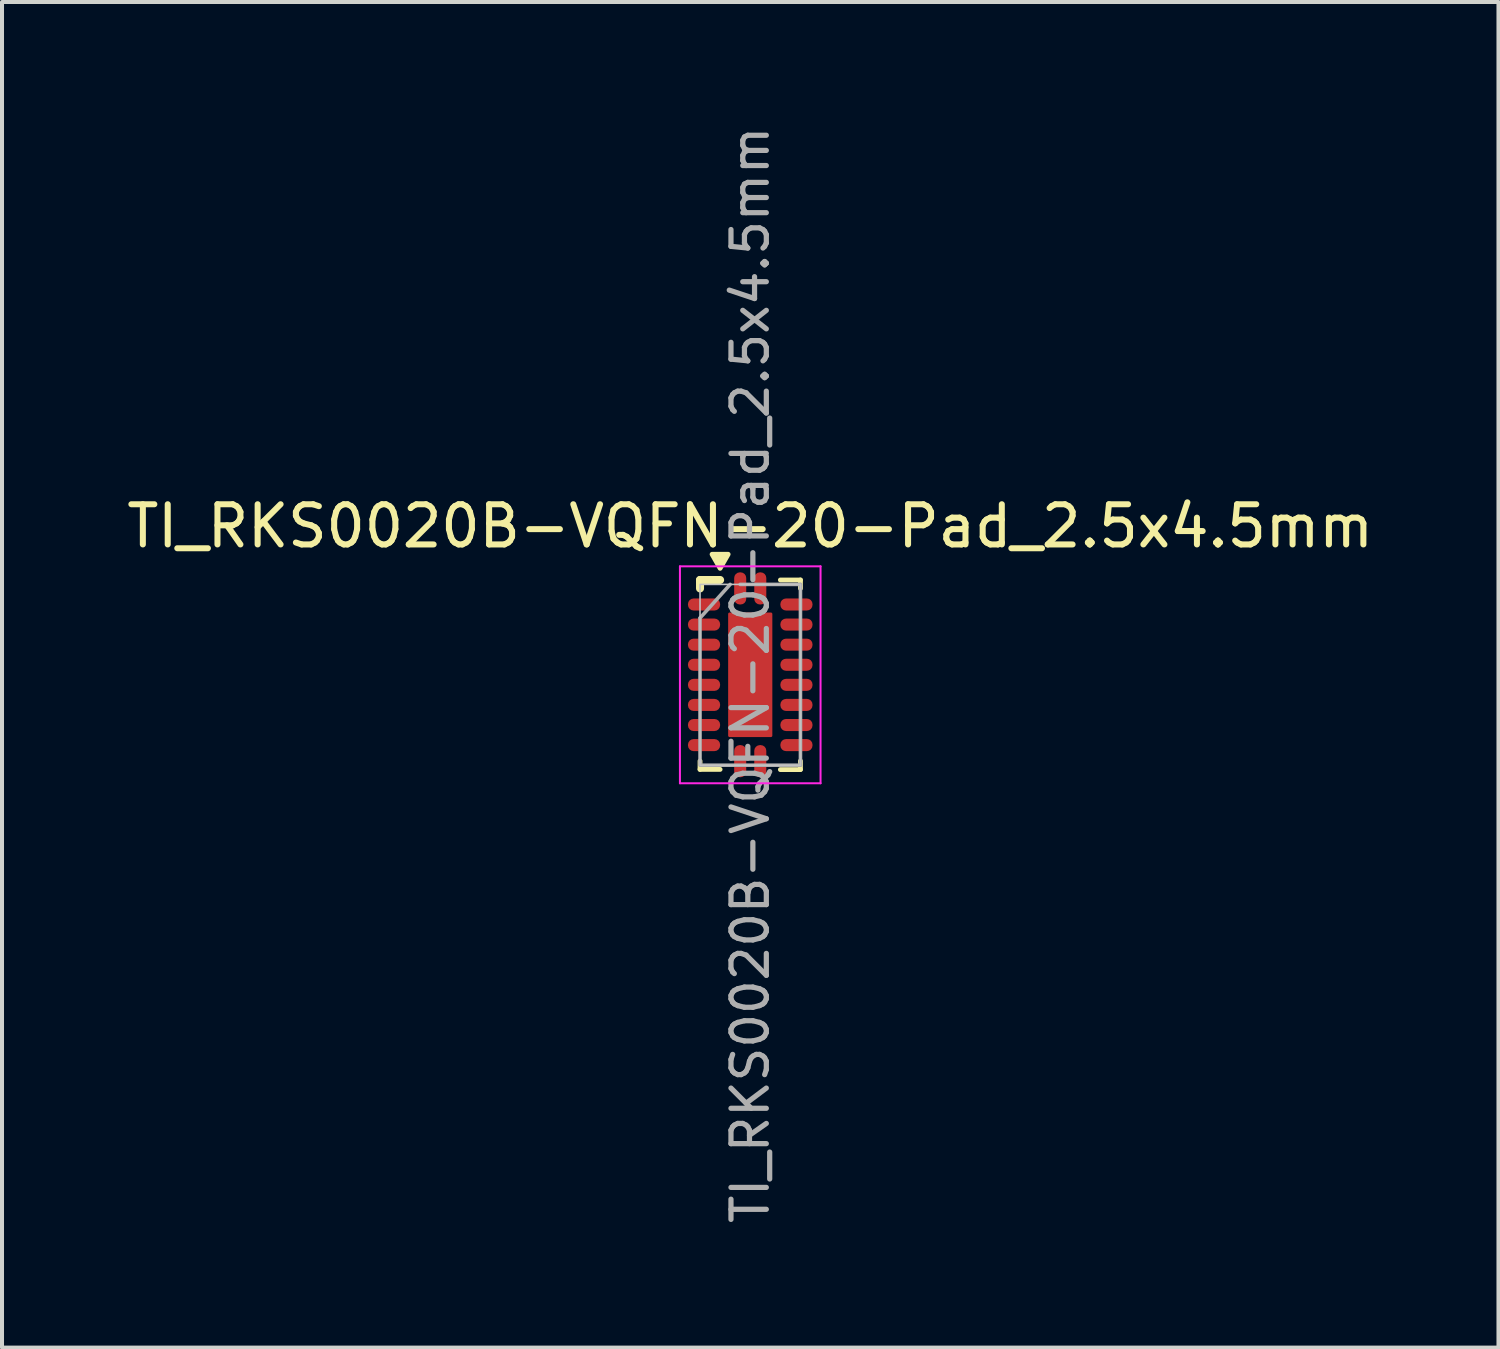
<source format=kicad_pcb>
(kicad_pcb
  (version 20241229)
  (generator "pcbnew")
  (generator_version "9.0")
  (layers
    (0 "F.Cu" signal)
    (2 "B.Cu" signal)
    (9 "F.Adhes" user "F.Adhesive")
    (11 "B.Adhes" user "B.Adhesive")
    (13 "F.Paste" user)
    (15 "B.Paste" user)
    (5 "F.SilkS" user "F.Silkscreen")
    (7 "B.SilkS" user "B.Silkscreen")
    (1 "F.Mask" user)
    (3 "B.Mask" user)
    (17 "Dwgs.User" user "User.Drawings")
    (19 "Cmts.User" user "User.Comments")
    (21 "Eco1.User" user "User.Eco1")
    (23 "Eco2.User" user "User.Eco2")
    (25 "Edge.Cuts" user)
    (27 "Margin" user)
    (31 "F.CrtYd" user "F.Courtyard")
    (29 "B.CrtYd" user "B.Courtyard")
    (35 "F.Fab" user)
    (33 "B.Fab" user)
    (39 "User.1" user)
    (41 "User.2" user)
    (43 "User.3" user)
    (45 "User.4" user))
  (footprint "TI_RKS0020B-VQFN-20-Pad_2.5x4.5mm"
    (layer "F.Cu")
    (at 15.625 13.747)
    (property "Reference" "TI_RKS0020B-VQFN-20-Pad_2.5x4.5mm" (at 0 -3.7 0) (layer "F.SilkS") (effects (font (size 1 1) (thickness 0.15))))
    (attr smd)
    (fp_line (start -1.25 -2.36) (end -1.25 -2.15) (stroke (width 0.2) (type solid)) (layer "F.SilkS"))
    (fp_line (start -1.25 2.355) (end -1.25 2.145) (stroke (width 0.12) (type solid)) (layer "F.SilkS"))
    (fp_line (start -0.75 -2.36) (end -1.25 -2.36) (stroke (width 0.2) (type solid)) (layer "F.SilkS"))
    (fp_line (start -0.75 2.355) (end -1.25 2.355) (stroke (width 0.12) (type solid)) (layer "F.SilkS"))
    (fp_line (start 0.75 -2.36) (end 1.25 -2.36) (stroke (width 0.12) (type solid)) (layer "F.SilkS"))
    (fp_line (start 0.75 2.36) (end 1.25 2.36) (stroke (width 0.12) (type solid)) (layer "F.SilkS"))
    (fp_line (start 1.25 -2.36) (end 1.25 -2.15) (stroke (width 0.12) (type solid)) (layer "F.SilkS"))
    (fp_line (start 1.25 2.355) (end 1.25 2.145) (stroke (width 0.12) (type solid)) (layer "F.SilkS"))
    (fp_poly (pts (xy -0.75 -2.65) (xy -0.95 -3) (xy -0.55 -3) (xy -0.75 -2.65)) (stroke (width 0.12) (type solid)) (fill yes) (layer "F.SilkS"))
    (fp_rect (start -1.25 -2.25) (end 1.25 2.25) (stroke (width 0.04) (type solid)) (fill no) (layer "Dwgs.User"))
    (fp_rect (start -0.525 -1.525) (end 0.525 1.525) (stroke (width 0.001) (type solid)) (fill no) (layer "Dwgs.User"))
    (fp_poly (pts (xy -0.75 -1.8) (xy -0.85 -1.9) (xy -1.25 -1.9) (xy -1.25 -1.6) (xy -0.85 -1.6) (xy -0.75 -1.7)) (stroke (width 0.001) (type solid)) (fill no) (layer "Dwgs.User"))
    (fp_poly (pts (xy -0.75 -1.3) (xy -0.85 -1.4) (xy -1.25 -1.4) (xy -1.25 -1.1) (xy -0.85 -1.1) (xy -0.75 -1.2)) (stroke (width 0.001) (type solid)) (fill no) (layer "Dwgs.User"))
    (fp_poly (pts (xy -0.75 -0.8) (xy -0.85 -0.9) (xy -1.25 -0.9) (xy -1.25 -0.6) (xy -0.85 -0.6) (xy -0.75 -0.7)) (stroke (width 0.001) (type solid)) (fill no) (layer "Dwgs.User"))
    (fp_poly (pts (xy -0.75 -0.3) (xy -0.85 -0.4) (xy -1.25 -0.4) (xy -1.25 -0.1) (xy -0.85 -0.1) (xy -0.75 -0.2)) (stroke (width 0.001) (type solid)) (fill no) (layer "Dwgs.User"))
    (fp_poly (pts (xy -0.75 0.2) (xy -0.85 0.1) (xy -1.25 0.1) (xy -1.25 0.4) (xy -0.85 0.4) (xy -0.75 0.3)) (stroke (width 0.001) (type solid)) (fill no) (layer "Dwgs.User"))
    (fp_poly (pts (xy -0.75 0.7) (xy -0.85 0.6) (xy -1.25 0.6) (xy -1.25 0.9) (xy -0.85 0.9) (xy -0.75 0.8)) (stroke (width 0.001) (type solid)) (fill no) (layer "Dwgs.User"))
    (fp_poly (pts (xy -0.75 1.2) (xy -0.85 1.1) (xy -1.25 1.1) (xy -1.25 1.4) (xy -0.85 1.4) (xy -0.75 1.3)) (stroke (width 0.001) (type solid)) (fill no) (layer "Dwgs.User"))
    (fp_poly (pts (xy -0.75 1.7) (xy -0.85 1.6) (xy -1.25 1.6) (xy -1.25 1.9) (xy -0.85 1.9) (xy -0.75 1.8)) (stroke (width 0.001) (type solid)) (fill no) (layer "Dwgs.User"))
    (fp_poly (pts (xy -0.3 1.75) (xy -0.4 1.85) (xy -0.4 2.25) (xy -0.1 2.25) (xy -0.1 1.85) (xy -0.2 1.75)) (stroke (width 0.001) (type solid)) (fill no) (layer "Dwgs.User"))
    (fp_poly (pts (xy -0.2 -1.75) (xy -0.1 -1.85) (xy -0.1 -2.25) (xy -0.4 -2.25) (xy -0.4 -1.85) (xy -0.3 -1.75)) (stroke (width 0.001) (type solid)) (fill no) (layer "Dwgs.User"))
    (fp_poly (pts (xy 0.2 1.75) (xy 0.1 1.85) (xy 0.1 2.25) (xy 0.4 2.25) (xy 0.4 1.85) (xy 0.3 1.75)) (stroke (width 0.001) (type solid)) (fill no) (layer "Dwgs.User"))
    (fp_poly (pts (xy 0.3 -1.75) (xy 0.4 -1.85) (xy 0.4 -2.25) (xy 0.1 -2.25) (xy 0.1 -1.85) (xy 0.2 -1.75)) (stroke (width 0.001) (type solid)) (fill no) (layer "Dwgs.User"))
    (fp_poly (pts (xy 0.75 -1.7) (xy 0.85 -1.6) (xy 1.25 -1.6) (xy 1.25 -1.9) (xy 0.85 -1.9) (xy 0.75 -1.8)) (stroke (width 0.001) (type solid)) (fill no) (layer "Dwgs.User"))
    (fp_poly (pts (xy 0.75 -1.2) (xy 0.85 -1.1) (xy 1.25 -1.1) (xy 1.25 -1.4) (xy 0.85 -1.4) (xy 0.75 -1.3)) (stroke (width 0.001) (type solid)) (fill no) (layer "Dwgs.User"))
    (fp_poly (pts (xy 0.75 -0.7) (xy 0.85 -0.6) (xy 1.25 -0.6) (xy 1.25 -0.9) (xy 0.85 -0.9) (xy 0.75 -0.8)) (stroke (width 0.001) (type solid)) (fill no) (layer "Dwgs.User"))
    (fp_poly (pts (xy 0.75 -0.2) (xy 0.85 -0.1) (xy 1.25 -0.1) (xy 1.25 -0.4) (xy 0.85 -0.4) (xy 0.75 -0.3)) (stroke (width 0.001) (type solid)) (fill no) (layer "Dwgs.User"))
    (fp_poly (pts (xy 0.75 0.3) (xy 0.85 0.4) (xy 1.25 0.4) (xy 1.25 0.1) (xy 0.85 0.1) (xy 0.75 0.2)) (stroke (width 0.001) (type solid)) (fill no) (layer "Dwgs.User"))
    (fp_poly (pts (xy 0.75 0.8) (xy 0.85 0.9) (xy 1.25 0.9) (xy 1.25 0.6) (xy 0.85 0.6) (xy 0.75 0.7)) (stroke (width 0.001) (type solid)) (fill no) (layer "Dwgs.User"))
    (fp_poly (pts (xy 0.75 1.3) (xy 0.85 1.4) (xy 1.25 1.4) (xy 1.25 1.1) (xy 0.85 1.1) (xy 0.75 1.2)) (stroke (width 0.001) (type solid)) (fill no) (layer "Dwgs.User"))
    (fp_poly (pts (xy 0.75 1.8) (xy 0.85 1.9) (xy 1.25 1.9) (xy 1.25 1.6) (xy 0.85 1.6) (xy 0.75 1.7)) (stroke (width 0.001) (type solid)) (fill no) (layer "Dwgs.User"))
    (fp_line (start -1.75 -2.7) (end -1.75 2.7) (stroke (width 0.05) (type solid)) (layer "F.CrtYd"))
    (fp_line (start -1.75 2.7) (end 1.75 2.7) (stroke (width 0.05) (type solid)) (layer "F.CrtYd"))
    (fp_line (start 1.75 -2.7) (end -1.75 -2.7) (stroke (width 0.05) (type solid)) (layer "F.CrtYd"))
    (fp_line (start 1.75 2.7) (end 1.75 -2.7) (stroke (width 0.05) (type solid)) (layer "F.CrtYd"))
    (fp_line (start -1.25 -1.413) (end -0.5 -2.25) (stroke (width 0.09) (type solid)) (layer "F.Fab"))
    (fp_line (start -1.25 2.212) (end -1.25 -1.413) (stroke (width 0.09) (type solid)) (layer "F.Fab"))
    (fp_line (start -0.25 -2.25) (end 1.25 -2.25) (stroke (width 0.09) (type solid)) (layer "F.Fab"))
    (fp_line (start 1.25 -2.25) (end 1.25 2.25) (stroke (width 0.09) (type solid)) (layer "F.Fab"))
    (fp_line (start 1.25 2.25) (end -1.25 2.25) (stroke (width 0.09) (type solid)) (layer "F.Fab"))
    (fp_text user "${REFERENCE}" (at 0 0 90) (layer "F.Fab") (effects (font (size 0.88 0.88) (thickness 0.13))))
    (pad "" smd rect (at 0 -0.77) (size 0.92 1.33) (layers "F.Paste"))
    (pad "" smd rect (at 0 0.77) (size 0.92 1.33) (layers "F.Paste"))
    (pad "1" smd roundrect (at -0.25 -2.15 90) (size 0.8 0.3) (layers "F.Cu" "F.Mask" "F.Paste") (roundrect_rratio 0.467))
    (pad "2" smd roundrect (at -1.15 -1.75) (size 0.8 0.3) (layers "F.Cu" "F.Mask" "F.Paste") (roundrect_rratio 0.467))
    (pad "3" smd roundrect (at -1.15 -1.25) (size 0.8 0.3) (layers "F.Cu" "F.Mask" "F.Paste") (roundrect_rratio 0.467))
    (pad "4" smd roundrect (at -1.15 -0.75) (size 0.8 0.3) (layers "F.Cu" "F.Mask" "F.Paste") (roundrect_rratio 0.467))
    (pad "5" smd roundrect (at -1.15 -0.25) (size 0.8 0.3) (layers "F.Cu" "F.Mask" "F.Paste") (roundrect_rratio 0.467))
    (pad "6" smd roundrect (at -1.15 0.25) (size 0.8 0.3) (layers "F.Cu" "F.Mask" "F.Paste") (roundrect_rratio 0.467))
    (pad "7" smd roundrect (at -1.15 0.75) (size 0.8 0.3) (layers "F.Cu" "F.Mask" "F.Paste") (roundrect_rratio 0.467))
    (pad "8" smd roundrect (at -1.15 1.25) (size 0.8 0.3) (layers "F.Cu" "F.Mask" "F.Paste") (roundrect_rratio 0.467))
    (pad "9" smd roundrect (at -1.15 1.75) (size 0.8 0.3) (layers "F.Cu" "F.Mask" "F.Paste") (roundrect_rratio 0.467))
    (pad "10" smd roundrect (at -0.25 2.15 90) (size 0.8 0.3) (layers "F.Cu" "F.Mask" "F.Paste") (roundrect_rratio 0.467))
    (pad "11" smd roundrect (at 0.25 2.15 90) (size 0.8 0.3) (layers "F.Cu" "F.Mask" "F.Paste") (roundrect_rratio 0.467))
    (pad "12" smd roundrect (at 1.15 1.75) (size 0.8 0.3) (layers "F.Cu" "F.Mask" "F.Paste") (roundrect_rratio 0.467))
    (pad "13" smd roundrect (at 1.15 1.25) (size 0.8 0.3) (layers "F.Cu" "F.Mask" "F.Paste") (roundrect_rratio 0.467))
    (pad "14" smd roundrect (at 1.15 0.75) (size 0.8 0.3) (layers "F.Cu" "F.Mask" "F.Paste") (roundrect_rratio 0.467))
    (pad "15" smd roundrect (at 1.15 0.25) (size 0.8 0.3) (layers "F.Cu" "F.Mask" "F.Paste") (roundrect_rratio 0.467))
    (pad "16" smd roundrect (at 1.15 -0.25) (size 0.8 0.3) (layers "F.Cu" "F.Mask" "F.Paste") (roundrect_rratio 0.467))
    (pad "17" smd roundrect (at 1.15 -0.75) (size 0.8 0.3) (layers "F.Cu" "F.Mask" "F.Paste") (roundrect_rratio 0.467))
    (pad "18" smd roundrect (at 1.15 -1.25) (size 0.8 0.3) (layers "F.Cu" "F.Mask" "F.Paste") (roundrect_rratio 0.467))
    (pad "19" smd roundrect (at 1.15 -1.75) (size 0.8 0.3) (layers "F.Cu" "F.Mask" "F.Paste") (roundrect_rratio 0.467))
    (pad "20" smd roundrect (at 0.25 -2.15 90) (size 0.8 0.3) (layers "F.Cu" "F.Mask" "F.Paste") (roundrect_rratio 0.467))
    (pad "21" smd roundrect (at 0 0) (size 1.1 3.1) (layers "F.Cu" "F.Mask") (roundrect_rratio 0.033)))
  (gr_rect
    (start -3 -3)
    (end 34.25 30.494)
    (stroke (width 0.1) (type default))
    (fill no)
    (layer "Edge.Cuts")))
</source>
